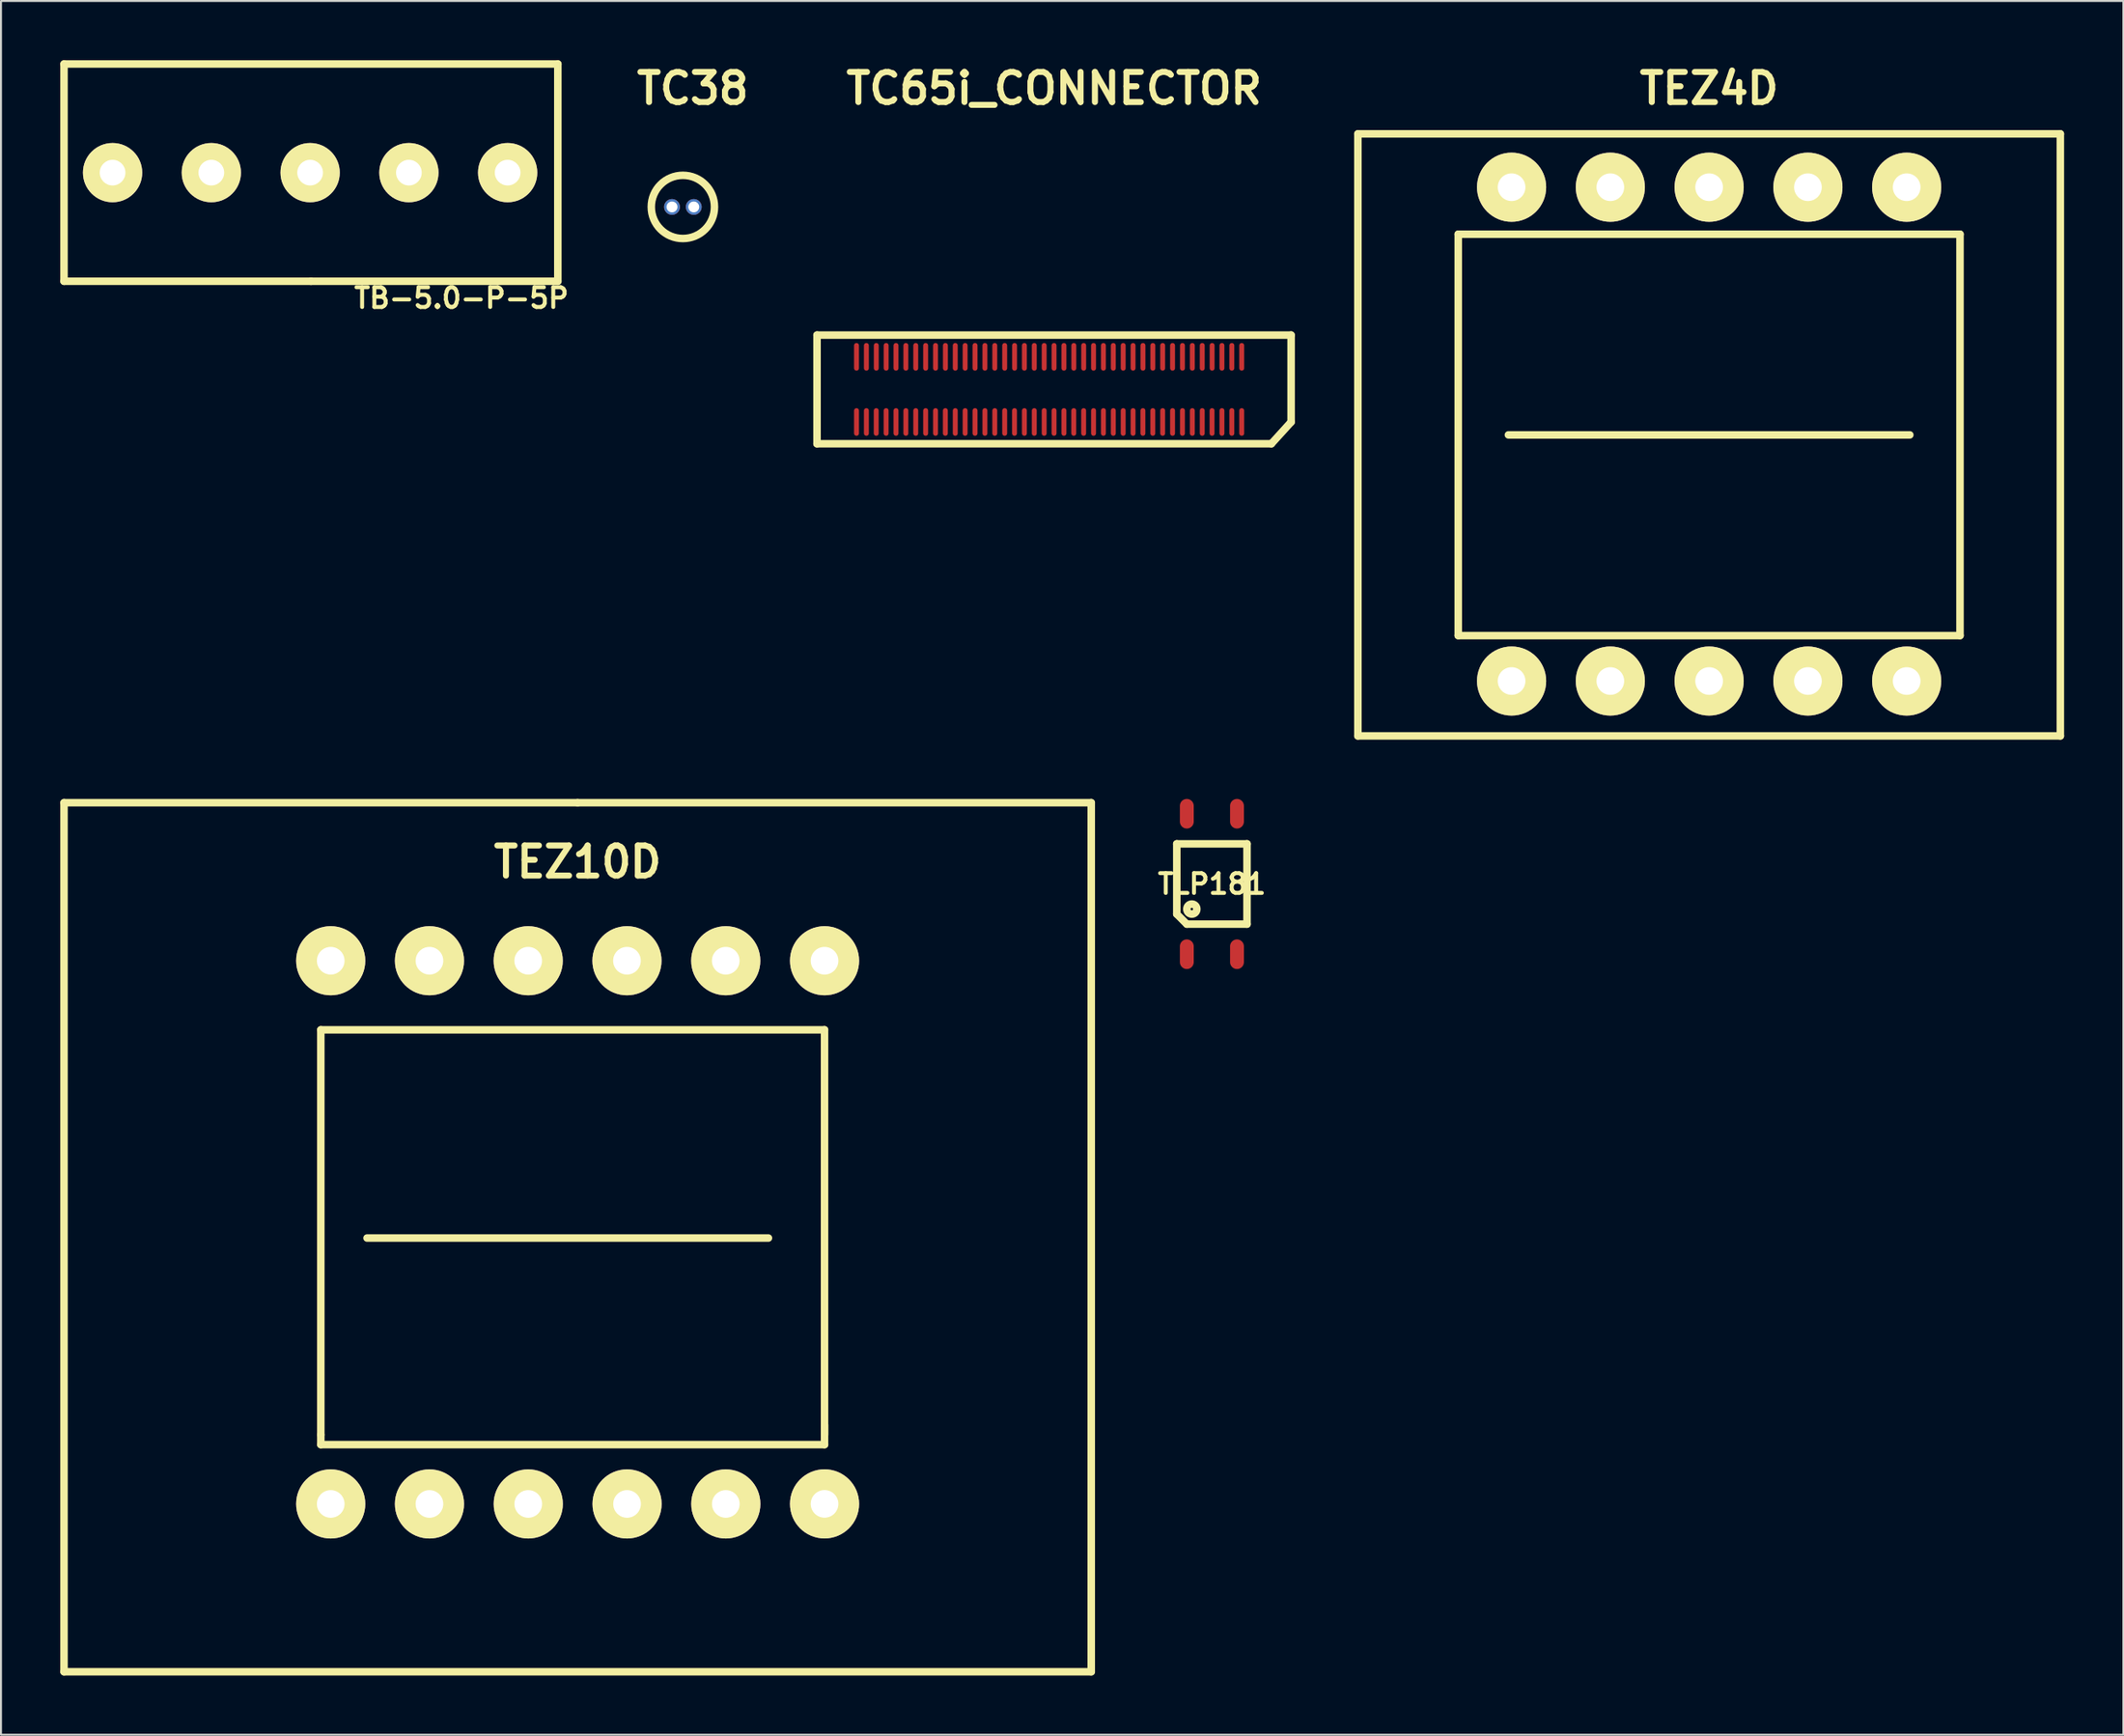
<source format=kicad_pcb>
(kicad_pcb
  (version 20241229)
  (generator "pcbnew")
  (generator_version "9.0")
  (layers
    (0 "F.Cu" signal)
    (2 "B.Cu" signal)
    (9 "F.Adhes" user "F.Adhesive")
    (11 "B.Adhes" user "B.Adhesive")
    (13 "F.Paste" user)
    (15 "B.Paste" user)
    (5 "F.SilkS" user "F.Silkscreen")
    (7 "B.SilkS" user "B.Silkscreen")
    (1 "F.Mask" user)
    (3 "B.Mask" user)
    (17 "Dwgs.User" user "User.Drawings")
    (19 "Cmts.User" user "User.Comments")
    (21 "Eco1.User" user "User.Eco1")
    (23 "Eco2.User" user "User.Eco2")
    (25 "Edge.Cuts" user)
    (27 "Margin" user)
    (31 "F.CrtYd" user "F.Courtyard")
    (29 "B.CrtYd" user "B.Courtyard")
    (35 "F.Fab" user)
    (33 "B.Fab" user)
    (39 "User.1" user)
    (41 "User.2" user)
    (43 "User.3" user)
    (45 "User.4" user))
  (footprint "TLP181"
    (layer "F.Cu")
    (at 58.297 41.704)
    (property "Reference" "TLP181" (at 0 0 0) (layer "F.SilkS") (effects (font (size 1.001 1.001) (thickness 0.201))))
    (attr through_hole)
    (fp_line (start -1.778 -2.032) (end -1.778 1.524) (stroke (width 0.381) (type solid)) (layer "F.SilkS"))
    (fp_line (start -1.778 1.524) (end -1.27 2.032) (stroke (width 0.381) (type solid)) (layer "F.SilkS"))
    (fp_line (start 1.778 -2.032) (end -1.778 -2.032) (stroke (width 0.381) (type solid)) (layer "F.SilkS"))
    (fp_line (start 1.778 2.032) (end -1.27 2.032) (stroke (width 0.381) (type solid)) (layer "F.SilkS"))
    (fp_line (start 1.778 2.032) (end 1.778 -2.032) (stroke (width 0.381) (type solid)) (layer "F.SilkS"))
    (fp_circle (center -1.016 1.27) (end -0.762 1.27) (stroke (width 0.381) (type solid)) (fill no) (layer "F.SilkS"))
    (pad "1" smd oval (at -1.27 3.556) (size 0.701 1.5) (layers "F.Cu" "F.Mask" "F.Paste"))
    (pad "2" smd oval (at 1.27 3.556) (size 0.701 1.5) (layers "F.Cu" "F.Mask" "F.Paste"))
    (pad "3" smd oval (at 1.27 -3.556) (size 0.701 1.5) (layers "F.Cu" "F.Mask" "F.Paste"))
    (pad "4" smd oval (at -1.27 -3.556) (size 0.701 1.5) (layers "F.Cu" "F.Mask" "F.Paste")))
  (footprint "TEZ4D"
    (layer "F.Cu")
    (at 83.467 16.428)
    (property "Reference" "TEZ4D" (at 0 -15.001 0) (layer "F.SilkS") (effects (font (size 1.524 1.524) (thickness 0.305))))
    (attr through_hole)
    (fp_line (start -17.78 -12.7) (end 17.78 -12.7) (stroke (width 0.381) (type solid)) (layer "F.SilkS"))
    (fp_line (start -17.78 17.78) (end -17.78 -12.7) (stroke (width 0.381) (type solid)) (layer "F.SilkS"))
    (fp_line (start -12.7 -7.62) (end 12.7 -7.62) (stroke (width 0.381) (type solid)) (layer "F.SilkS"))
    (fp_line (start -12.7 12.7) (end -12.7 -7.62) (stroke (width 0.381) (type solid)) (layer "F.SilkS"))
    (fp_line (start -10.16 2.54) (end 10.16 2.54) (stroke (width 0.381) (type solid)) (layer "F.SilkS"))
    (fp_line (start 12.7 -7.62) (end 12.7 12.7) (stroke (width 0.381) (type solid)) (layer "F.SilkS"))
    (fp_line (start 12.7 12.7) (end -12.7 12.7) (stroke (width 0.381) (type solid)) (layer "F.SilkS"))
    (fp_line (start 17.78 -12.7) (end 17.78 17.78) (stroke (width 0.381) (type solid)) (layer "F.SilkS"))
    (fp_line (start 17.78 17.78) (end -17.78 17.78) (stroke (width 0.381) (type solid)) (layer "F.SilkS"))
    (pad "1" thru_hole circle (at -10 15.001) (size 3.5 3.5) (drill 1.4) (layers "*.Cu" "*.Mask" "F.SilkS"))
    (pad "2" thru_hole circle (at -5.001 15.001) (size 3.5 3.5) (drill 1.4) (layers "*.Cu" "*.Mask" "F.SilkS"))
    (pad "3" thru_hole circle (at 0 15.001) (size 3.5 3.5) (drill 1.4) (layers "*.Cu" "*.Mask" "F.SilkS"))
    (pad "4" thru_hole circle (at 5.001 15.001) (size 3.5 3.5) (drill 1.4) (layers "*.Cu" "*.Mask" "F.SilkS"))
    (pad "5" thru_hole circle (at 10 15.001) (size 3.5 3.5) (drill 1.4) (layers "*.Cu" "*.Mask" "F.SilkS"))
    (pad "6" thru_hole circle (at 10 -10) (size 3.5 3.5) (drill 1.4) (layers "*.Cu" "*.Mask" "F.SilkS"))
    (pad "7" thru_hole circle (at 5.001 -10) (size 3.5 3.5) (drill 1.4) (layers "*.Cu" "*.Mask" "F.SilkS"))
    (pad "8" thru_hole circle (at 0 -10) (size 3.5 3.5) (drill 1.4) (layers "*.Cu" "*.Mask" "F.SilkS"))
    (pad "9" thru_hole circle (at -5.001 -10) (size 3.5 3.5) (drill 1.4) (layers "*.Cu" "*.Mask" "F.SilkS"))
    (pad "10" thru_hole circle (at -10 -10) (size 3.5 3.5) (drill 1.4) (layers "*.Cu" "*.Mask" "F.SilkS")))
  (footprint "TC38"
    (layer "F.Cu")
    (at 31.518 7.426)
    (property "Reference" "TC38" (at 0.5 -5.999 0) (layer "F.SilkS") (effects (font (size 1.524 1.524) (thickness 0.305))))
    (attr through_hole)
    (fp_circle (center 0 0) (end 1.6 0) (stroke (width 0.381) (type solid)) (fill no) (layer "F.SilkS"))
    (pad "1" thru_hole circle (at -0.551 0) (size 0.8 0.8) (drill 0.551) (layers "*.Cu" "*.Mask"))
    (pad "3" thru_hole circle (at 0.551 0) (size 0.8 0.8) (drill 0.551) (layers "*.Cu" "*.Mask")))
  (footprint "TEZ10D"
    (layer "F.Cu")
    (at 26.19 59.588)
    (property "Reference" "TEZ10D" (at 0 -18.999 0) (layer "F.SilkS") (effects (font (size 1.524 1.524) (thickness 0.305))))
    (attr through_hole)
    (fp_line (start -25.999 -21.999) (end -25.999 21.999) (stroke (width 0.381) (type solid)) (layer "F.SilkS"))
    (fp_line (start -25.999 21.999) (end 25.999 21.999) (stroke (width 0.381) (type solid)) (layer "F.SilkS"))
    (fp_line (start -13 -10.5) (end -13 10) (stroke (width 0.381) (type solid)) (layer "F.SilkS"))
    (fp_line (start -13 10) (end -13 10.5) (stroke (width 0.381) (type solid)) (layer "F.SilkS"))
    (fp_line (start -13 10.5) (end 12.499 10.5) (stroke (width 0.381) (type solid)) (layer "F.SilkS"))
    (fp_line (start -10.66 0.041) (end 9.66 0.041) (stroke (width 0.381) (type solid)) (layer "F.SilkS"))
    (fp_line (start 0 -21.999) (end -25.999 -21.999) (stroke (width 0.381) (type solid)) (layer "F.SilkS"))
    (fp_line (start 12.499 -10.5) (end -13 -10.5) (stroke (width 0.381) (type solid)) (layer "F.SilkS"))
    (fp_line (start 12.499 10) (end 12.499 -10.5) (stroke (width 0.381) (type solid)) (layer "F.SilkS"))
    (fp_line (start 12.499 10.5) (end 12.499 9.5) (stroke (width 0.381) (type solid)) (layer "F.SilkS"))
    (fp_line (start 25.999 -21.999) (end 0 -21.999) (stroke (width 0.381) (type solid)) (layer "F.SilkS"))
    (fp_line (start 25.999 21.999) (end 25.999 -21.999) (stroke (width 0.381) (type solid)) (layer "F.SilkS"))
    (pad "1" thru_hole circle (at -12.499 13.503) (size 3.5 3.5) (drill 1.4) (layers "*.Cu" "*.Mask" "F.SilkS"))
    (pad "2" thru_hole circle (at -7.501 13.503) (size 3.5 3.5) (drill 1.4) (layers "*.Cu" "*.Mask" "F.SilkS"))
    (pad "3" thru_hole circle (at -2.499 13.503) (size 3.5 3.5) (drill 1.4) (layers "*.Cu" "*.Mask" "F.SilkS"))
    (pad "4" thru_hole circle (at 2.502 13.503) (size 3.5 3.5) (drill 1.4) (layers "*.Cu" "*.Mask" "F.SilkS"))
    (pad "5" thru_hole circle (at 7.501 13.503) (size 3.5 3.5) (drill 1.4) (layers "*.Cu" "*.Mask" "F.SilkS"))
    (pad "6" thru_hole circle (at 12.499 13.5) (size 3.5 3.5) (drill 1.4) (layers "*.Cu" "*.Mask" "F.SilkS"))
    (pad "7" thru_hole circle (at 12.499 -13.998) (size 3.5 3.5) (drill 1.4) (layers "*.Cu" "*.Mask" "F.SilkS"))
    (pad "8" thru_hole circle (at 7.498 -13.998) (size 3.5 3.5) (drill 1.4) (layers "*.Cu" "*.Mask" "F.SilkS"))
    (pad "9" thru_hole circle (at 2.497 -13.998) (size 3.5 3.5) (drill 1.4) (layers "*.Cu" "*.Mask" "F.SilkS"))
    (pad "10" thru_hole circle (at -2.502 -13.998) (size 3.5 3.5) (drill 1.4) (layers "*.Cu" "*.Mask" "F.SilkS"))
    (pad "11" thru_hole circle (at -7.501 -13.998) (size 3.5 3.5) (drill 1.4) (layers "*.Cu" "*.Mask" "F.SilkS"))
    (pad "12" thru_hole circle (at -12.499 -13.998) (size 3.5 3.5) (drill 1.4) (layers "*.Cu" "*.Mask" "F.SilkS")))
  (footprint "TC65i_CONNECTOR"
    (layer "F.Cu")
    (at 50.307 16.666)
    (property "Reference" "TC65i_CONNECTOR" (at 0 -15.24 0) (layer "F.SilkS") (effects (font (size 1.524 1.524) (thickness 0.305))))
    (attr through_hole)
    (fp_line (start -11.999 -2.751) (end 11.999 -2.751) (stroke (width 0.381) (type solid)) (layer "F.SilkS"))
    (fp_line (start -11.999 2.751) (end -11.999 -2.751) (stroke (width 0.381) (type solid)) (layer "F.SilkS"))
    (fp_line (start 11.001 2.751) (end -11.999 2.751) (stroke (width 0.381) (type solid)) (layer "F.SilkS"))
    (fp_line (start 11.999 -2.751) (end 11.999 1.651) (stroke (width 0.381) (type solid)) (layer "F.SilkS"))
    (fp_line (start 11.999 1.651) (end 11.001 2.751) (stroke (width 0.381) (type solid)) (layer "F.SilkS"))
    (pad "1" smd oval (at 9.5 1.648) (size 0.249 1.4) (layers "F.Cu" "F.Mask" "F.Paste"))
    (pad "2" smd oval (at 8.999 1.648) (size 0.249 1.4) (layers "F.Cu" "F.Mask" "F.Paste"))
    (pad "3" smd oval (at 8.499 1.648) (size 0.249 1.4) (layers "F.Cu" "F.Mask" "F.Paste"))
    (pad "4" smd oval (at 7.998 1.648) (size 0.249 1.4) (layers "F.Cu" "F.Mask" "F.Paste"))
    (pad "5" smd oval (at 7.501 1.648) (size 0.249 1.4) (layers "F.Cu" "F.Mask" "F.Paste"))
    (pad "6" smd oval (at 7 1.648) (size 0.249 1.4) (layers "F.Cu" "F.Mask" "F.Paste"))
    (pad "7" smd oval (at 6.5 1.648) (size 0.249 1.4) (layers "F.Cu" "F.Mask" "F.Paste"))
    (pad "8" smd oval (at 5.999 1.648) (size 0.249 1.4) (layers "F.Cu" "F.Mask" "F.Paste"))
    (pad "9" smd oval (at 5.499 1.648) (size 0.249 1.4) (layers "F.Cu" "F.Mask" "F.Paste"))
    (pad "10" smd oval (at 4.999 1.648) (size 0.249 1.4) (layers "F.Cu" "F.Mask" "F.Paste"))
    (pad "11" smd oval (at 4.498 1.648) (size 0.249 1.4) (layers "F.Cu" "F.Mask" "F.Paste"))
    (pad "12" smd oval (at 4 1.648) (size 0.249 1.4) (layers "F.Cu" "F.Mask" "F.Paste"))
    (pad "13" smd oval (at 3.5 1.648) (size 0.249 1.4) (layers "F.Cu" "F.Mask" "F.Paste"))
    (pad "14" smd oval (at 3 1.648) (size 0.249 1.4) (layers "F.Cu" "F.Mask" "F.Paste"))
    (pad "15" smd oval (at 2.499 1.648) (size 0.249 1.4) (layers "F.Cu" "F.Mask" "F.Paste"))
    (pad "16" smd oval (at 1.999 1.648) (size 0.249 1.4) (layers "F.Cu" "F.Mask" "F.Paste"))
    (pad "17" smd oval (at 1.499 1.648) (size 0.249 1.4) (layers "F.Cu" "F.Mask" "F.Paste"))
    (pad "18" smd oval (at 0.998 1.648) (size 0.249 1.4) (layers "F.Cu" "F.Mask" "F.Paste"))
    (pad "19" smd oval (at 0.5 1.648) (size 0.249 1.4) (layers "F.Cu" "F.Mask" "F.Paste"))
    (pad "20" smd oval (at 0 1.648) (size 0.249 1.4) (layers "F.Cu" "F.Mask" "F.Paste"))
    (pad "21" smd oval (at -0.5 1.648) (size 0.249 1.4) (layers "F.Cu" "F.Mask" "F.Paste"))
    (pad "22" smd oval (at -1.001 1.648) (size 0.249 1.4) (layers "F.Cu" "F.Mask" "F.Paste"))
    (pad "23" smd oval (at -1.501 1.648) (size 0.249 1.4) (layers "F.Cu" "F.Mask" "F.Paste"))
    (pad "24" smd oval (at -2.002 1.648) (size 0.249 1.4) (layers "F.Cu" "F.Mask" "F.Paste"))
    (pad "25" smd oval (at -2.499 1.648) (size 0.249 1.4) (layers "F.Cu" "F.Mask" "F.Paste"))
    (pad "26" smd oval (at -3 1.648) (size 0.249 1.4) (layers "F.Cu" "F.Mask" "F.Paste"))
    (pad "27" smd oval (at -3.5 1.648) (size 0.249 1.4) (layers "F.Cu" "F.Mask" "F.Paste"))
    (pad "28" smd oval (at -4 1.648) (size 0.249 1.4) (layers "F.Cu" "F.Mask" "F.Paste"))
    (pad "29" smd oval (at -4.501 1.648) (size 0.249 1.4) (layers "F.Cu" "F.Mask" "F.Paste"))
    (pad "30" smd oval (at -5.001 1.648) (size 0.249 1.4) (layers "F.Cu" "F.Mask" "F.Paste"))
    (pad "31" smd oval (at -5.502 1.648) (size 0.249 1.4) (layers "F.Cu" "F.Mask" "F.Paste"))
    (pad "32" smd oval (at -5.999 1.648) (size 0.249 1.4) (layers "F.Cu" "F.Mask" "F.Paste"))
    (pad "33" smd oval (at -6.5 1.648) (size 0.249 1.4) (layers "F.Cu" "F.Mask" "F.Paste"))
    (pad "34" smd oval (at -7 1.648) (size 0.249 1.4) (layers "F.Cu" "F.Mask" "F.Paste"))
    (pad "35" smd oval (at -7.501 1.648) (size 0.249 1.4) (layers "F.Cu" "F.Mask" "F.Paste"))
    (pad "36" smd oval (at -8.001 1.648) (size 0.249 1.4) (layers "F.Cu" "F.Mask" "F.Paste"))
    (pad "37" smd oval (at -8.501 1.648) (size 0.249 1.4) (layers "F.Cu" "F.Mask" "F.Paste"))
    (pad "38" smd oval (at -9.002 1.648) (size 0.249 1.4) (layers "F.Cu" "F.Mask" "F.Paste"))
    (pad "39" smd oval (at -9.5 1.648) (size 0.249 1.4) (layers "F.Cu" "F.Mask" "F.Paste"))
    (pad "40" smd oval (at -10 1.648) (size 0.249 1.4) (layers "F.Cu" "F.Mask" "F.Paste"))
    (pad "41" smd oval (at -10 -1.651) (size 0.249 1.4) (layers "F.Cu" "F.Mask" "F.Paste"))
    (pad "42" smd oval (at -9.5 -1.651) (size 0.249 1.4) (layers "F.Cu" "F.Mask" "F.Paste"))
    (pad "43" smd oval (at -8.999 -1.651) (size 0.249 1.4) (layers "F.Cu" "F.Mask" "F.Paste"))
    (pad "44" smd oval (at -8.499 -1.651) (size 0.249 1.4) (layers "F.Cu" "F.Mask" "F.Paste"))
    (pad "45" smd oval (at -8.001 -1.651) (size 0.249 1.4) (layers "F.Cu" "F.Mask" "F.Paste"))
    (pad "46" smd oval (at -7.501 -1.651) (size 0.249 1.4) (layers "F.Cu" "F.Mask" "F.Paste"))
    (pad "47" smd oval (at -7 -1.651) (size 0.249 1.4) (layers "F.Cu" "F.Mask" "F.Paste"))
    (pad "48" smd oval (at -6.5 -1.651) (size 0.249 1.4) (layers "F.Cu" "F.Mask" "F.Paste"))
    (pad "49" smd oval (at -5.999 -1.651) (size 0.249 1.4) (layers "F.Cu" "F.Mask" "F.Paste"))
    (pad "50" smd oval (at -5.499 -1.651) (size 0.249 1.4) (layers "F.Cu" "F.Mask" "F.Paste"))
    (pad "51" smd oval (at -5.001 -1.651) (size 0.249 1.4) (layers "F.Cu" "F.Mask" "F.Paste"))
    (pad "52" smd oval (at -4.501 -1.651) (size 0.249 1.4) (layers "F.Cu" "F.Mask" "F.Paste"))
    (pad "53" smd oval (at -4 -1.651) (size 0.249 1.4) (layers "F.Cu" "F.Mask" "F.Paste"))
    (pad "54" smd oval (at -3.5 -1.651) (size 0.249 1.4) (layers "F.Cu" "F.Mask" "F.Paste"))
    (pad "55" smd oval (at -3 -1.651) (size 0.249 1.4) (layers "F.Cu" "F.Mask" "F.Paste"))
    (pad "56" smd oval (at -2.499 -1.651) (size 0.249 1.4) (layers "F.Cu" "F.Mask" "F.Paste"))
    (pad "57" smd oval (at -1.999 -1.651) (size 0.249 1.4) (layers "F.Cu" "F.Mask" "F.Paste"))
    (pad "58" smd oval (at -1.501 -1.651) (size 0.249 1.4) (layers "F.Cu" "F.Mask" "F.Paste"))
    (pad "59" smd oval (at -1.001 -1.651) (size 0.249 1.4) (layers "F.Cu" "F.Mask" "F.Paste"))
    (pad "60" smd oval (at -0.5 -1.651) (size 0.249 1.4) (layers "F.Cu" "F.Mask" "F.Paste"))
    (pad "61" smd oval (at 0 -1.651) (size 0.249 1.4) (layers "F.Cu" "F.Mask" "F.Paste"))
    (pad "62" smd oval (at 0.5 -1.651) (size 0.249 1.4) (layers "F.Cu" "F.Mask" "F.Paste"))
    (pad "63" smd oval (at 1.001 -1.651) (size 0.249 1.4) (layers "F.Cu" "F.Mask" "F.Paste"))
    (pad "64" smd oval (at 1.501 -1.651) (size 0.249 1.4) (layers "F.Cu" "F.Mask" "F.Paste"))
    (pad "65" smd oval (at 1.999 -1.651) (size 0.249 1.4) (layers "F.Cu" "F.Mask" "F.Paste"))
    (pad "66" smd oval (at 2.499 -1.651) (size 0.249 1.4) (layers "F.Cu" "F.Mask" "F.Paste"))
    (pad "67" smd oval (at 3 -1.651) (size 0.249 1.4) (layers "F.Cu" "F.Mask" "F.Paste"))
    (pad "68" smd oval (at 3.5 -1.651) (size 0.249 1.4) (layers "F.Cu" "F.Mask" "F.Paste"))
    (pad "69" smd oval (at 4 -1.651) (size 0.249 1.4) (layers "F.Cu" "F.Mask" "F.Paste"))
    (pad "70" smd oval (at 4.501 -1.651) (size 0.249 1.4) (layers "F.Cu" "F.Mask" "F.Paste"))
    (pad "71" smd oval (at 5.001 -1.651) (size 0.249 1.4) (layers "F.Cu" "F.Mask" "F.Paste"))
    (pad "72" smd oval (at 5.499 -1.651) (size 0.249 1.4) (layers "F.Cu" "F.Mask" "F.Paste"))
    (pad "73" smd oval (at 5.999 -1.651) (size 0.249 1.4) (layers "F.Cu" "F.Mask" "F.Paste"))
    (pad "74" smd oval (at 6.5 -1.651) (size 0.249 1.4) (layers "F.Cu" "F.Mask" "F.Paste"))
    (pad "75" smd oval (at 7 -1.651) (size 0.249 1.4) (layers "F.Cu" "F.Mask" "F.Paste"))
    (pad "76" smd oval (at 7.501 -1.651) (size 0.249 1.4) (layers "F.Cu" "F.Mask" "F.Paste"))
    (pad "77" smd oval (at 8.001 -1.651) (size 0.249 1.4) (layers "F.Cu" "F.Mask" "F.Paste"))
    (pad "78" smd oval (at 8.499 -1.651) (size 0.249 1.4) (layers "F.Cu" "F.Mask" "F.Paste"))
    (pad "79" smd oval (at 8.999 -1.651) (size 0.249 1.4) (layers "F.Cu" "F.Mask" "F.Paste"))
    (pad "80" smd oval (at 9.5 -1.651) (size 0.249 1.4) (layers "F.Cu" "F.Mask" "F.Paste")))
  (footprint "TB-5.0-P-5P"
    (layer "F.Cu")
    (at 12.69 5.69)
    (property "Reference" "TB-5.0-P-5P" (at 7.62 6.35 0) (layer "F.SilkS") (effects (font (size 1.001 1.001) (thickness 0.201))))
    (attr through_hole)
    (fp_line (start -12.499 -5.499) (end 12.499 -5.499) (stroke (width 0.381) (type solid)) (layer "F.SilkS"))
    (fp_line (start -12.499 5.001) (end -12.499 -5.001) (stroke (width 0.254) (type solid)) (layer "F.SilkS"))
    (fp_line (start -12.499 5.499) (end -12.499 -5.499) (stroke (width 0.381) (type solid)) (layer "F.SilkS"))
    (fp_line (start 0 5.499) (end -12.499 5.499) (stroke (width 0.381) (type solid)) (layer "F.SilkS"))
    (fp_line (start 12.499 -5.499) (end 12.499 5.499) (stroke (width 0.381) (type solid)) (layer "F.SilkS"))
    (fp_line (start 12.499 5.499) (end 0 5.499) (stroke (width 0.381) (type solid)) (layer "F.SilkS"))
    (pad "1" thru_hole circle (at -10.041 0) (size 3 3) (drill 1.3) (layers "*.Cu" "*.Mask" "F.SilkS"))
    (pad "2" thru_hole circle (at -5.042 0) (size 3 3) (drill 1.3) (layers "*.Cu" "*.Mask" "F.SilkS"))
    (pad "3" thru_hole circle (at -0.041 0) (size 3 3) (drill 1.3) (layers "*.Cu" "*.Mask" "F.SilkS"))
    (pad "4" thru_hole circle (at 4.958 0) (size 3 3) (drill 1.3) (layers "*.Cu" "*.Mask" "F.SilkS"))
    (pad "5" thru_hole circle (at 9.957 0) (size 3 3) (drill 1.3) (layers "*.Cu" "*.Mask" "F.SilkS")))
  (gr_rect
    (start -3 -3)
    (end 104.437 84.777)
    (stroke (width 0.1) (type default))
    (fill no)
    (layer "Edge.Cuts")))
</source>
